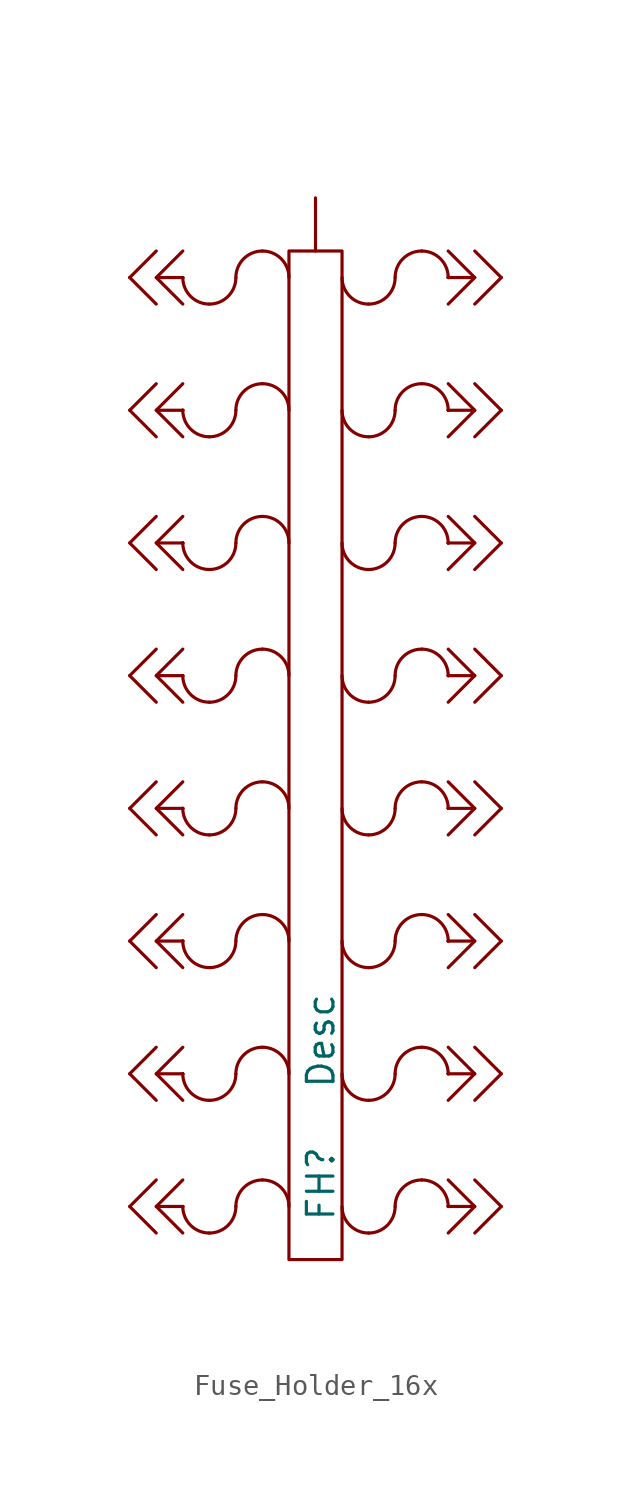
<source format=kicad_sym>
(kicad_symbol_lib
  (version 20231120)
  (generator "kicad_symbol_editor")
  (generator_version "8.0")
  (symbol "Fuse_Holder_16x"
    (pin_numbers hide)
    (pin_names
      (offset 0) hide)
    (property "Reference" "FH"
      (at 0.254 -23.622 90)
      (do_not_autoplace)
      (effects (font (size 1.27 1.27)) (justify left)))
    (property "Value" "Desc"
      (at 0.254 -17.272 90)
      (do_not_autoplace)
      (effects (font (size 1.27 1.27)) (justify left)))
    (symbol "Fuse_Holder_16x_0_1"
      (arc (start -6.35 -22.86) (mid -5.978 -23.758) (end -5.08 -24.13) (stroke (width 0) (type default)) (fill (type none)))
      (arc (start -6.35 -16.51) (mid -5.978 -17.408) (end -5.08 -17.78) (stroke (width 0) (type default)) (fill (type none)))
      (arc (start -6.35 -10.16) (mid -5.978 -11.058) (end -5.08 -11.43) (stroke (width 0) (type default)) (fill (type none)))
      (arc (start -6.35 -3.81) (mid -5.978 -4.708) (end -5.08 -5.08) (stroke (width 0) (type default)) (fill (type none)))
      (arc (start -6.35 2.54) (mid -5.978 1.642) (end -5.08 1.27) (stroke (width 0) (type default)) (fill (type none)))
      (arc (start -6.35 8.89) (mid -5.978 7.992) (end -5.08 7.62) (stroke (width 0) (type default)) (fill (type none)))
      (arc (start -6.35 15.24) (mid -5.978 14.342) (end -5.08 13.97) (stroke (width 0) (type default)) (fill (type none)))
      (arc (start -6.35 21.59) (mid -5.978 20.692) (end -5.08 20.32) (stroke (width 0) (type default)) (fill (type none)))
      (arc (start -5.08 -24.13) (mid -4.182 -23.758) (end -3.81 -22.86) (stroke (width 0) (type default)) (fill (type none)))
      (arc (start -5.08 -17.78) (mid -4.182 -17.408) (end -3.81 -16.51) (stroke (width 0) (type default)) (fill (type none)))
      (arc (start -5.08 -11.43) (mid -4.182 -11.058) (end -3.81 -10.16) (stroke (width 0) (type default)) (fill (type none)))
      (arc (start -5.08 -5.08) (mid -4.182 -4.708) (end -3.81 -3.81) (stroke (width 0) (type default)) (fill (type none)))
      (arc (start -5.08 1.27) (mid -4.182 1.642) (end -3.81 2.54) (stroke (width 0) (type default)) (fill (type none)))
      (arc (start -5.08 7.62) (mid -4.182 7.992) (end -3.81 8.89) (stroke (width 0) (type default)) (fill (type none)))
      (arc (start -5.08 13.97) (mid -4.182 14.342) (end -3.81 15.24) (stroke (width 0) (type default)) (fill (type none)))
      (arc (start -5.08 20.32) (mid -4.182 20.692) (end -3.81 21.59) (stroke (width 0) (type default)) (fill (type none)))
      (arc (start -2.54 -21.59) (mid -3.438 -21.962) (end -3.81 -22.86) (stroke (width 0) (type default)) (fill (type none)))
      (arc (start -2.54 -15.24) (mid -3.438 -15.612) (end -3.81 -16.51) (stroke (width 0) (type default)) (fill (type none)))
      (arc (start -2.54 -8.89) (mid -3.438 -9.262) (end -3.81 -10.16) (stroke (width 0) (type default)) (fill (type none)))
      (arc (start -2.54 -2.54) (mid -3.438 -2.912) (end -3.81 -3.81) (stroke (width 0) (type default)) (fill (type none)))
      (arc (start -2.54 3.81) (mid -3.438 3.438) (end -3.81 2.54) (stroke (width 0) (type default)) (fill (type none)))
      (arc (start -2.54 10.16) (mid -3.438 9.788) (end -3.81 8.89) (stroke (width 0) (type default)) (fill (type none)))
      (arc (start -2.54 16.51) (mid -3.438 16.138) (end -3.81 15.24) (stroke (width 0) (type default)) (fill (type none)))
      (arc (start -2.54 22.86) (mid -3.438 22.488) (end -3.81 21.59) (stroke (width 0) (type default)) (fill (type none)))
      (arc (start -1.27 -22.86) (mid -1.642 -21.962) (end -2.54 -21.59) (stroke (width 0) (type default)) (fill (type none)))
      (arc (start -1.27 -16.51) (mid -1.642 -15.612) (end -2.54 -15.24) (stroke (width 0) (type default)) (fill (type none)))
      (arc (start -1.27 -10.16) (mid -1.642 -9.262) (end -2.54 -8.89) (stroke (width 0) (type default)) (fill (type none)))
      (arc (start -1.27 -3.81) (mid -1.642 -2.912) (end -2.54 -2.54) (stroke (width 0) (type default)) (fill (type none)))
      (arc (start -1.27 2.54) (mid -1.642 3.438) (end -2.54 3.81) (stroke (width 0) (type default)) (fill (type none)))
      (arc (start -1.27 8.89) (mid -1.642 9.788) (end -2.54 10.16) (stroke (width 0) (type default)) (fill (type none)))
      (arc (start -1.27 15.24) (mid -1.642 16.138) (end -2.54 16.51) (stroke (width 0) (type default)) (fill (type none)))
      (arc (start -1.27 21.59) (mid -1.642 22.488) (end -2.54 22.86) (stroke (width 0) (type default)) (fill (type none)))
      (rectangle (start -1.27 22.86) (end 1.27 -25.4) (stroke (width 0) (type default)) (fill (type none)))
      (polyline (pts (xy -7.62 -21.59) (xy -8.89 -22.86) (xy -7.62 -24.13)) (stroke (width 0) (type default)) (fill (type none)))
      (polyline (pts (xy -7.62 -15.24) (xy -8.89 -16.51) (xy -7.62 -17.78)) (stroke (width 0) (type default)) (fill (type none)))
      (polyline (pts (xy -7.62 -8.89) (xy -8.89 -10.16) (xy -7.62 -11.43)) (stroke (width 0) (type default)) (fill (type none)))
      (polyline (pts (xy -7.62 -2.54) (xy -8.89 -3.81) (xy -7.62 -5.08)) (stroke (width 0) (type default)) (fill (type none)))
      (polyline (pts (xy -7.62 3.81) (xy -8.89 2.54) (xy -7.62 1.27)) (stroke (width 0) (type default)) (fill (type none)))
      (polyline (pts (xy -7.62 10.16) (xy -8.89 8.89) (xy -7.62 7.62)) (stroke (width 0) (type default)) (fill (type none)))
      (polyline (pts (xy -7.62 16.51) (xy -8.89 15.24) (xy -7.62 13.97)) (stroke (width 0) (type default)) (fill (type none)))
      (polyline (pts (xy -7.62 22.86) (xy -8.89 21.59) (xy -7.62 20.32)) (stroke (width 0) (type default)) (fill (type none)))
      (polyline (pts (xy -6.35 -21.59) (xy -7.62 -22.86) (xy -6.35 -24.13)) (stroke (width 0) (type default)) (fill (type none)))
      (polyline (pts (xy -6.35 -15.24) (xy -7.62 -16.51) (xy -6.35 -17.78)) (stroke (width 0) (type default)) (fill (type none)))
      (polyline (pts (xy -6.35 -8.89) (xy -7.62 -10.16) (xy -6.35 -11.43)) (stroke (width 0) (type default)) (fill (type none)))
      (polyline (pts (xy -6.35 -2.54) (xy -7.62 -3.81) (xy -6.35 -5.08)) (stroke (width 0) (type default)) (fill (type none)))
      (polyline (pts (xy -6.35 3.81) (xy -7.62 2.54) (xy -6.35 1.27)) (stroke (width 0) (type default)) (fill (type none)))
      (polyline (pts (xy -6.35 10.16) (xy -7.62 8.89) (xy -6.35 7.62)) (stroke (width 0) (type default)) (fill (type none)))
      (polyline (pts (xy -6.35 16.51) (xy -7.62 15.24) (xy -6.35 13.97)) (stroke (width 0) (type default)) (fill (type none)))
      (polyline (pts (xy -6.35 22.86) (xy -7.62 21.59) (xy -6.35 20.32)) (stroke (width 0) (type default)) (fill (type none)))
      (polyline (pts (xy 6.35 -24.13) (xy 7.62 -22.86) (xy 6.35 -21.59)) (stroke (width 0) (type default)) (fill (type none)))
      (polyline (pts (xy 6.35 -17.78) (xy 7.62 -16.51) (xy 6.35 -15.24)) (stroke (width 0) (type default)) (fill (type none)))
      (polyline (pts (xy 6.35 -11.43) (xy 7.62 -10.16) (xy 6.35 -8.89)) (stroke (width 0) (type default)) (fill (type none)))
      (polyline (pts (xy 6.35 -5.08) (xy 7.62 -3.81) (xy 6.35 -2.54)) (stroke (width 0) (type default)) (fill (type none)))
      (polyline (pts (xy 6.35 1.27) (xy 7.62 2.54) (xy 6.35 3.81)) (stroke (width 0) (type default)) (fill (type none)))
      (polyline (pts (xy 6.35 7.62) (xy 7.62 8.89) (xy 6.35 10.16)) (stroke (width 0) (type default)) (fill (type none)))
      (polyline (pts (xy 6.35 13.97) (xy 7.62 15.24) (xy 6.35 16.51)) (stroke (width 0) (type default)) (fill (type none)))
      (polyline (pts (xy 6.35 20.32) (xy 7.62 21.59) (xy 6.35 22.86)) (stroke (width 0) (type default)) (fill (type none)))
      (polyline (pts (xy 7.62 -24.13) (xy 8.89 -22.86) (xy 7.62 -21.59)) (stroke (width 0) (type default)) (fill (type none)))
      (polyline (pts (xy 7.62 -17.78) (xy 8.89 -16.51) (xy 7.62 -15.24)) (stroke (width 0) (type default)) (fill (type none)))
      (polyline (pts (xy 7.62 -11.43) (xy 8.89 -10.16) (xy 7.62 -8.89)) (stroke (width 0) (type default)) (fill (type none)))
      (polyline (pts (xy 7.62 -5.08) (xy 8.89 -3.81) (xy 7.62 -2.54)) (stroke (width 0) (type default)) (fill (type none)))
      (polyline (pts (xy 7.62 1.27) (xy 8.89 2.54) (xy 7.62 3.81)) (stroke (width 0) (type default)) (fill (type none)))
      (polyline (pts (xy 7.62 7.62) (xy 8.89 8.89) (xy 7.62 10.16)) (stroke (width 0) (type default)) (fill (type none)))
      (polyline (pts (xy 7.62 13.97) (xy 8.89 15.24) (xy 7.62 16.51)) (stroke (width 0) (type default)) (fill (type none)))
      (polyline (pts (xy 7.62 20.32) (xy 8.89 21.59) (xy 7.62 22.86)) (stroke (width 0) (type default)) (fill (type none)))
      (arc (start 1.27 -22.86) (mid 1.642 -23.758) (end 2.54 -24.13) (stroke (width 0) (type default)) (fill (type none)))
      (arc (start 1.27 -16.51) (mid 1.642 -17.408) (end 2.54 -17.78) (stroke (width 0) (type default)) (fill (type none)))
      (arc (start 1.27 -10.16) (mid 1.642 -11.058) (end 2.54 -11.43) (stroke (width 0) (type default)) (fill (type none)))
      (arc (start 1.27 -3.81) (mid 1.642 -4.708) (end 2.54 -5.08) (stroke (width 0) (type default)) (fill (type none)))
      (arc (start 1.27 2.54) (mid 1.642 1.642) (end 2.54 1.27) (stroke (width 0) (type default)) (fill (type none)))
      (arc (start 1.27 8.89) (mid 1.642 7.992) (end 2.54 7.62) (stroke (width 0) (type default)) (fill (type none)))
      (arc (start 1.27 15.24) (mid 1.642 14.342) (end 2.54 13.97) (stroke (width 0) (type default)) (fill (type none)))
      (arc (start 1.27 21.59) (mid 1.642 20.692) (end 2.54 20.32) (stroke (width 0) (type default)) (fill (type none)))
      (arc (start 2.54 -24.13) (mid 3.438 -23.758) (end 3.81 -22.86) (stroke (width 0) (type default)) (fill (type none)))
      (arc (start 2.54 -17.78) (mid 3.438 -17.408) (end 3.81 -16.51) (stroke (width 0) (type default)) (fill (type none)))
      (arc (start 2.54 -11.43) (mid 3.438 -11.058) (end 3.81 -10.16) (stroke (width 0) (type default)) (fill (type none)))
      (arc (start 2.54 -5.08) (mid 3.438 -4.708) (end 3.81 -3.81) (stroke (width 0) (type default)) (fill (type none)))
      (arc (start 2.54 1.27) (mid 3.438 1.642) (end 3.81 2.54) (stroke (width 0) (type default)) (fill (type none)))
      (arc (start 2.54 7.62) (mid 3.438 7.992) (end 3.81 8.89) (stroke (width 0) (type default)) (fill (type none)))
      (arc (start 2.54 13.97) (mid 3.438 14.342) (end 3.81 15.24) (stroke (width 0) (type default)) (fill (type none)))
      (arc (start 2.54 20.32) (mid 3.438 20.692) (end 3.81 21.59) (stroke (width 0) (type default)) (fill (type none)))
      (arc (start 5.08 -21.59) (mid 4.182 -21.962) (end 3.81 -22.86) (stroke (width 0) (type default)) (fill (type none)))
      (arc (start 5.08 -15.24) (mid 4.182 -15.612) (end 3.81 -16.51) (stroke (width 0) (type default)) (fill (type none)))
      (arc (start 5.08 -8.89) (mid 4.182 -9.262) (end 3.81 -10.16) (stroke (width 0) (type default)) (fill (type none)))
      (arc (start 5.08 -2.54) (mid 4.182 -2.912) (end 3.81 -3.81) (stroke (width 0) (type default)) (fill (type none)))
      (arc (start 5.08 3.81) (mid 4.182 3.438) (end 3.81 2.54) (stroke (width 0) (type default)) (fill (type none)))
      (arc (start 5.08 10.16) (mid 4.182 9.788) (end 3.81 8.89) (stroke (width 0) (type default)) (fill (type none)))
      (arc (start 5.08 16.51) (mid 4.182 16.138) (end 3.81 15.24) (stroke (width 0) (type default)) (fill (type none)))
      (arc (start 5.08 22.86) (mid 4.182 22.488) (end 3.81 21.59) (stroke (width 0) (type default)) (fill (type none)))
      (arc (start 6.35 -22.86) (mid 5.978 -21.962) (end 5.08 -21.59) (stroke (width 0) (type default)) (fill (type none)))
      (arc (start 6.35 -16.51) (mid 5.978 -15.612) (end 5.08 -15.24) (stroke (width 0) (type default)) (fill (type none)))
      (arc (start 6.35 -10.16) (mid 5.978 -9.262) (end 5.08 -8.89) (stroke (width 0) (type default)) (fill (type none)))
      (arc (start 6.35 -3.81) (mid 5.978 -2.912) (end 5.08 -2.54) (stroke (width 0) (type default)) (fill (type none)))
      (arc (start 6.35 2.54) (mid 5.978 3.438) (end 5.08 3.81) (stroke (width 0) (type default)) (fill (type none)))
      (arc (start 6.35 8.89) (mid 5.978 9.788) (end 5.08 10.16) (stroke (width 0) (type default)) (fill (type none)))
      (arc (start 6.35 15.24) (mid 5.978 16.138) (end 5.08 16.51) (stroke (width 0) (type default)) (fill (type none)))
      (arc (start 6.35 21.59) (mid 5.978 22.488) (end 5.08 22.86) (stroke (width 0) (type default)) (fill (type none))))
    (symbol "Fuse_Holder_16x_1_1"
      (polyline (pts (xy -7.62 -22.86) (xy -6.35 -22.86)) (stroke (width 0) (type default)) (fill (type none)))
      (polyline (pts (xy -7.62 -16.51) (xy -6.35 -16.51)) (stroke (width 0) (type default)) (fill (type none)))
      (polyline (pts (xy -7.62 -10.16) (xy -6.35 -10.16)) (stroke (width 0) (type default)) (fill (type none)))
      (polyline (pts (xy -7.62 -3.81) (xy -6.35 -3.81)) (stroke (width 0) (type default)) (fill (type none)))
      (polyline (pts (xy -7.62 2.54) (xy -6.35 2.54)) (stroke (width 0) (type default)) (fill (type none)))
      (polyline (pts (xy -7.62 8.89) (xy -6.35 8.89)) (stroke (width 0) (type default)) (fill (type none)))
      (polyline (pts (xy -7.62 15.24) (xy -6.35 15.24)) (stroke (width 0) (type default)) (fill (type none)))
      (polyline (pts (xy -7.62 21.59) (xy -6.35 21.59)) (stroke (width 0) (type default)) (fill (type none)))
      (polyline (pts (xy -6.35 -22.86) (xy -6.35 -22.86)) (stroke (width 0) (type default)) (fill (type none)))
      (polyline (pts (xy -6.35 -22.86) (xy -6.35 -22.86)) (stroke (width 0) (type default)) (fill (type none)))
      (polyline (pts (xy -6.35 -16.51) (xy -6.35 -16.51)) (stroke (width 0) (type default)) (fill (type none)))
      (polyline (pts (xy -6.35 -16.51) (xy -6.35 -16.51)) (stroke (width 0) (type default)) (fill (type none)))
      (polyline (pts (xy -6.35 -10.16) (xy -6.35 -10.16)) (stroke (width 0) (type default)) (fill (type none)))
      (polyline (pts (xy -6.35 -10.16) (xy -6.35 -10.16)) (stroke (width 0) (type default)) (fill (type none)))
      (polyline (pts (xy -6.35 -3.81) (xy -6.35 -3.81)) (stroke (width 0) (type default)) (fill (type none)))
      (polyline (pts (xy -6.35 -3.81) (xy -6.35 -3.81)) (stroke (width 0) (type default)) (fill (type none)))
      (polyline (pts (xy -6.35 2.54) (xy -6.35 2.54)) (stroke (width 0) (type default)) (fill (type none)))
      (polyline (pts (xy -6.35 2.54) (xy -6.35 2.54)) (stroke (width 0) (type default)) (fill (type none)))
      (polyline (pts (xy -6.35 8.89) (xy -6.35 8.89)) (stroke (width 0) (type default)) (fill (type none)))
      (polyline (pts (xy -6.35 8.89) (xy -6.35 8.89)) (stroke (width 0) (type default)) (fill (type none)))
      (polyline (pts (xy -6.35 15.24) (xy -6.35 15.24)) (stroke (width 0) (type default)) (fill (type none)))
      (polyline (pts (xy -6.35 15.24) (xy -6.35 15.24)) (stroke (width 0) (type default)) (fill (type none)))
      (polyline (pts (xy -6.35 21.59) (xy -6.35 21.59)) (stroke (width 0) (type default)) (fill (type none)))
      (polyline (pts (xy -6.35 21.59) (xy -6.35 21.59)) (stroke (width 0) (type default)) (fill (type none)))
      (polyline (pts (xy 6.35 -22.86) (xy 6.35 -22.86)) (stroke (width 0) (type default)) (fill (type none)))
      (polyline (pts (xy 6.35 -22.86) (xy 6.35 -22.86)) (stroke (width 0) (type default)) (fill (type none)))
      (polyline (pts (xy 6.35 -16.51) (xy 6.35 -16.51)) (stroke (width 0) (type default)) (fill (type none)))
      (polyline (pts (xy 6.35 -16.51) (xy 6.35 -16.51)) (stroke (width 0) (type default)) (fill (type none)))
      (polyline (pts (xy 6.35 -10.16) (xy 6.35 -10.16)) (stroke (width 0) (type default)) (fill (type none)))
      (polyline (pts (xy 6.35 -10.16) (xy 6.35 -10.16)) (stroke (width 0) (type default)) (fill (type none)))
      (polyline (pts (xy 6.35 -3.81) (xy 6.35 -3.81)) (stroke (width 0) (type default)) (fill (type none)))
      (polyline (pts (xy 6.35 -3.81) (xy 6.35 -3.81)) (stroke (width 0) (type default)) (fill (type none)))
      (polyline (pts (xy 6.35 2.54) (xy 6.35 2.54)) (stroke (width 0) (type default)) (fill (type none)))
      (polyline (pts (xy 6.35 2.54) (xy 6.35 2.54)) (stroke (width 0) (type default)) (fill (type none)))
      (polyline (pts (xy 6.35 8.89) (xy 6.35 8.89)) (stroke (width 0) (type default)) (fill (type none)))
      (polyline (pts (xy 6.35 8.89) (xy 6.35 8.89)) (stroke (width 0) (type default)) (fill (type none)))
      (polyline (pts (xy 6.35 15.24) (xy 6.35 15.24)) (stroke (width 0) (type default)) (fill (type none)))
      (polyline (pts (xy 6.35 15.24) (xy 6.35 15.24)) (stroke (width 0) (type default)) (fill (type none)))
      (polyline (pts (xy 6.35 21.59) (xy 6.35 21.59)) (stroke (width 0) (type default)) (fill (type none)))
      (polyline (pts (xy 6.35 21.59) (xy 6.35 21.59)) (stroke (width 0) (type default)) (fill (type none)))
      (polyline (pts (xy 7.62 -22.86) (xy 6.35 -22.86)) (stroke (width 0) (type default)) (fill (type none)))
      (polyline (pts (xy 7.62 -16.51) (xy 6.35 -16.51)) (stroke (width 0) (type default)) (fill (type none)))
      (polyline (pts (xy 7.62 -10.16) (xy 6.35 -10.16)) (stroke (width 0) (type default)) (fill (type none)))
      (polyline (pts (xy 7.62 -3.81) (xy 6.35 -3.81)) (stroke (width 0) (type default)) (fill (type none)))
      (polyline (pts (xy 7.62 2.54) (xy 6.35 2.54)) (stroke (width 0) (type default)) (fill (type none)))
      (polyline (pts (xy 7.62 8.89) (xy 6.35 8.89)) (stroke (width 0) (type default)) (fill (type none)))
      (polyline (pts (xy 7.62 15.24) (xy 6.35 15.24)) (stroke (width 0) (type default)) (fill (type none)))
      (polyline (pts (xy 7.62 21.59) (xy 6.35 21.59)) (stroke (width 0) (type default)) (fill (type none)))
      (pin passive line (at 0 25.4 270) (length 2.54) (name "Pwr" (effects (font (size 1.27 1.27)))) (number "1" (effects (font (size 1.27 1.27)))))
      (pin passive line (at -8.89 -22.86 0) (length 0) (name "Desc" (effects (font (size 1.27 1.27)))) (number "Val_A" (effects (font (size 1.27 1.27)))))
      (pin passive line (at -8.89 -16.51 0) (length 0) (name "Desc" (effects (font (size 1.27 1.27)))) (number "Val_A" (effects (font (size 1.27 1.27)))))
      (pin passive line (at -8.89 -10.16 0) (length 0) (name "Desc" (effects (font (size 1.27 1.27)))) (number "Val_A" (effects (font (size 1.27 1.27)))))
      (pin passive line (at -8.89 -3.81 0) (length 0) (name "Desc" (effects (font (size 1.27 1.27)))) (number "Val_A" (effects (font (size 1.27 1.27)))))
      (pin passive line (at -8.89 2.54 0) (length 0) (name "Desc" (effects (font (size 1.27 1.27)))) (number "Val_A" (effects (font (size 1.27 1.27)))))
      (pin passive line (at -8.89 8.89 0) (length 0) (name "Desc" (effects (font (size 1.27 1.27)))) (number "Val_A" (effects (font (size 1.27 1.27)))))
      (pin passive line (at -8.89 15.24 0) (length 0) (name "Desc" (effects (font (size 1.27 1.27)))) (number "Val_A" (effects (font (size 1.27 1.27)))))
      (pin passive line (at -8.89 21.59 0) (length 0) (name "Desc" (effects (font (size 1.27 1.27)))) (number "Val_A" (effects (font (size 1.27 1.27)))))
      (pin passive line (at 8.89 -22.86 180) (length 0) (name "Desc" (effects (font (size 1.27 1.27)))) (number "Val_A" (effects (font (size 1.27 1.27)))))
      (pin passive line (at 8.89 -16.51 180) (length 0) (name "Desc" (effects (font (size 1.27 1.27)))) (number "Val_A" (effects (font (size 1.27 1.27)))))
      (pin passive line (at 8.89 -10.16 180) (length 0) (name "Desc" (effects (font (size 1.27 1.27)))) (number "Val_A" (effects (font (size 1.27 1.27)))))
      (pin passive line (at 8.89 -3.81 180) (length 0) (name "Desc" (effects (font (size 1.27 1.27)))) (number "Val_A" (effects (font (size 1.27 1.27)))))
      (pin passive line (at 8.89 2.54 180) (length 0) (name "Desc" (effects (font (size 1.27 1.27)))) (number "Val_A" (effects (font (size 1.27 1.27)))))
      (pin passive line (at 8.89 8.89 180) (length 0) (name "Desc" (effects (font (size 1.27 1.27)))) (number "Val_A" (effects (font (size 1.27 1.27)))))
      (pin passive line (at 8.89 15.24 180) (length 0) (name "Desc" (effects (font (size 1.27 1.27)))) (number "Val_A" (effects (font (size 1.27 1.27)))))
      (pin passive line (at 8.89 21.59 180) (length 0) (name "Desc" (effects (font (size 1.27 1.27)))) (number "Val_A" (effects (font (size 1.27 1.27))))))))
</source>
